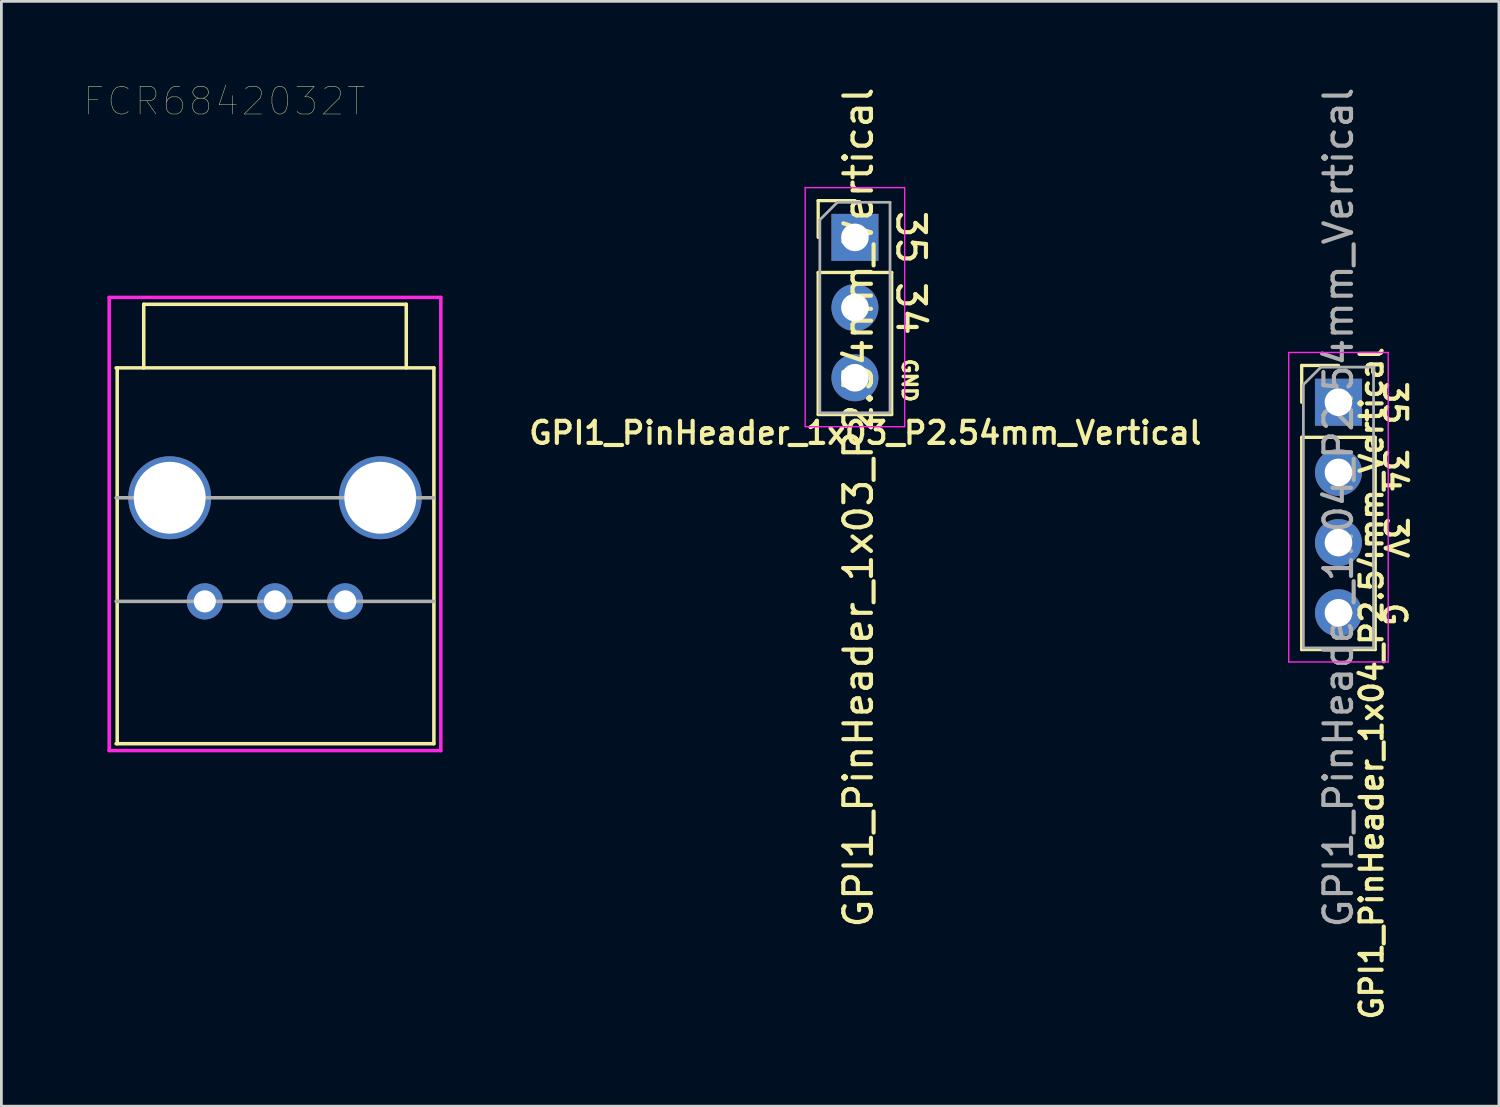
<source format=kicad_pcb>
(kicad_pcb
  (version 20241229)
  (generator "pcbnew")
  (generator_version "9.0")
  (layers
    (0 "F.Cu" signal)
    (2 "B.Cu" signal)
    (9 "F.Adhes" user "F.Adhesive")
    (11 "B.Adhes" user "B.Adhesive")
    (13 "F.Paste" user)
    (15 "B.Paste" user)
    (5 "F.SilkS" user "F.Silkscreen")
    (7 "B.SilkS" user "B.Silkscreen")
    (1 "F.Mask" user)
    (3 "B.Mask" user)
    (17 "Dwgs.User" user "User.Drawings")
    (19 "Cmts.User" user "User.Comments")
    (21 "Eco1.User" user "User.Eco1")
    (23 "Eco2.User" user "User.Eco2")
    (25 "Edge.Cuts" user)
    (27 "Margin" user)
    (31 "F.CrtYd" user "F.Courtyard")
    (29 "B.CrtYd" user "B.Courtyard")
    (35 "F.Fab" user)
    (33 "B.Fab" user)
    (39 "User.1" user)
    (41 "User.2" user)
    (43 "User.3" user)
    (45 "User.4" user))
  (footprint "FCR6842032T"
    (layer "F.Cu")
    (at 6.901 10.262)
    (property "Reference" "FCR6842032T" (at -1.828 -9.65 0) (layer "F.SilkS") (effects (font (size 1.002 1.002) (thickness 0.015))))
    (attr through_hole)
    (fp_line (start -5.71 0) (end -5.71 13.6) (stroke (width 0.127) (type solid)) (layer "F.SilkS"))
    (fp_line (start -4.75 0.005) (end -4.75 -2.3) (stroke (width 0.127) (type solid)) (layer "F.SilkS"))
    (fp_line (start 4.75 -2.3) (end -4.75 -2.3) (stroke (width 0.127) (type solid)) (layer "F.SilkS"))
    (fp_line (start 4.75 0) (end 4.75 -2.3) (stroke (width 0.127) (type solid)) (layer "F.SilkS"))
    (fp_line (start 5.75 0) (end -5.75 0) (stroke (width 0.127) (type solid)) (layer "F.SilkS"))
    (fp_line (start 5.75 0) (end 5.75 13.6) (stroke (width 0.127) (type solid)) (layer "F.SilkS"))
    (fp_line (start 5.75 13.6) (end -5.75 13.6) (stroke (width 0.127) (type solid)) (layer "F.SilkS"))
    (fp_line (start -6 -2.55) (end 6 -2.55) (stroke (width 0.127) (type solid)) (layer "F.CrtYd"))
    (fp_line (start -6 13.85) (end -6 -2.55) (stroke (width 0.127) (type solid)) (layer "F.CrtYd"))
    (fp_line (start 6 -2.55) (end 6 13.85) (stroke (width 0.127) (type solid)) (layer "F.CrtYd"))
    (fp_line (start 6 13.85) (end -6 13.85) (stroke (width 0.127) (type solid)) (layer "F.CrtYd"))
    (fp_line (start 5.75 4.7) (end -5.75 4.7) (stroke (width 0.127) (type solid)) (layer "F.Fab"))
    (fp_line (start 5.75 8.45) (end -5.75 8.45) (stroke (width 0.127) (type solid)) (layer "F.Fab"))
    (pad "1" thru_hole circle (at 2.54 8.45) (size 1.308 1.308) (drill 0.8) (layers "*.Cu" "*.Mask"))
    (pad "2" thru_hole circle (at 0 8.45) (size 1.308 1.308) (drill 0.8) (layers "*.Cu" "*.Mask"))
    (pad "3" thru_hole circle (at -2.54 8.45) (size 1.308 1.308) (drill 0.8) (layers "*.Cu" "*.Mask"))
    (pad "NC1" thru_hole circle (at 3.81 4.7) (size 3 3) (drill 2.6) (layers "*.Cu" "*.Mask"))
    (pad "NC2" thru_hole circle (at -3.81 4.7) (size 3 3) (drill 2.6) (layers "*.Cu" "*.Mask")))
  (footprint "GPI1_PinHeader_1x03_P2.54mm_Vertical"
    (layer "F.Cu")
    (at 27.887 5.54)
    (property "Reference" "GPI1_PinHeader_1x03_P2.54mm_Vertical" (at 0.125 9.775 270) (layer "F.SilkS") (effects (font (size 1 1) (thickness 0.15))))
    (attr through_hole exclude_from_bom)
    (fp_line (start -1.33 -1.33) (end 0 -1.33) (stroke (width 0.12) (type solid)) (layer "F.SilkS"))
    (fp_line (start -1.33 0) (end -1.33 -1.33) (stroke (width 0.12) (type solid)) (layer "F.SilkS"))
    (fp_line (start -1.33 1.27) (end -1.33 6.41) (stroke (width 0.12) (type solid)) (layer "F.SilkS"))
    (fp_line (start -1.33 1.27) (end 1.33 1.27) (stroke (width 0.12) (type solid)) (layer "F.SilkS"))
    (fp_line (start -1.33 6.41) (end 1.33 6.41) (stroke (width 0.12) (type solid)) (layer "F.SilkS"))
    (fp_line (start 1.33 1.27) (end 1.33 6.41) (stroke (width 0.12) (type solid)) (layer "F.SilkS"))
    (fp_line (start -1.8 -1.8) (end -1.8 6.85) (stroke (width 0.05) (type solid)) (layer "F.CrtYd"))
    (fp_line (start -1.8 6.85) (end 1.8 6.85) (stroke (width 0.05) (type solid)) (layer "F.CrtYd"))
    (fp_line (start 1.8 -1.8) (end -1.8 -1.8) (stroke (width 0.05) (type solid)) (layer "F.CrtYd"))
    (fp_line (start 1.8 6.85) (end 1.8 -1.8) (stroke (width 0.05) (type solid)) (layer "F.CrtYd"))
    (fp_line (start -1.27 -0.635) (end -0.635 -1.27) (stroke (width 0.1) (type solid)) (layer "F.Fab"))
    (fp_line (start -1.27 6.35) (end -1.27 -0.635) (stroke (width 0.1) (type solid)) (layer "F.Fab"))
    (fp_line (start -0.635 -1.27) (end 1.27 -1.27) (stroke (width 0.1) (type solid)) (layer "F.Fab"))
    (fp_line (start 1.27 -1.27) (end 1.27 6.35) (stroke (width 0.1) (type solid)) (layer "F.Fab"))
    (fp_line (start 1.27 6.35) (end -1.27 6.35) (stroke (width 0.1) (type solid)) (layer "F.Fab"))
    (fp_text user "${REFERENCE}" (at 0.375 7.075 0) (layer "F.SilkS") (effects (font (size 0.8 0.8) (thickness 0.15))))
    (fp_text user "GND" (at 1.975 5.175 270) (unlocked yes) (layer "F.SilkS") (effects (font (size 0.5 0.5) (thickness 0.125))))
    (fp_text user "34" (at 2.025 2.575 270) (unlocked yes) (layer "F.SilkS") (effects (font (size 1 1) (thickness 0.15))))
    (fp_text user "35" (at 2.025 0 270) (unlocked yes) (layer "F.SilkS") (effects (font (size 1 1) (thickness 0.15))))
    (pad "1" thru_hole rect (at 0 0) (size 1.7 1.7) (drill 1) (layers "*.Cu" "*.Mask"))
    (pad "2" thru_hole oval (at 0 2.54) (size 1.7 1.7) (drill 1) (layers "*.Cu" "*.Mask"))
    (pad "3" thru_hole oval (at 0 5.08) (size 1.7 1.7) (drill 1) (layers "*.Cu" "*.Mask")))
  (footprint "GPI1_PinHeader_1x04_P2.54mm_Vertical"
    (layer "F.Cu")
    (at 45.384 11.505)
    (property "Reference" "GPI1_PinHeader_1x04_P2.54mm_Vertical" (at 1.2 10.175 90) (layer "F.SilkS") (effects (font (size 0.8 0.8) (thickness 0.15))))
    (attr through_hole)
    (fp_line (start -1.33 -1.33) (end 0 -1.33) (stroke (width 0.12) (type solid)) (layer "F.SilkS"))
    (fp_line (start -1.33 0) (end -1.33 -1.33) (stroke (width 0.12) (type solid)) (layer "F.SilkS"))
    (fp_line (start -1.33 1.27) (end -1.33 8.95) (stroke (width 0.12) (type solid)) (layer "F.SilkS"))
    (fp_line (start -1.33 1.27) (end 1.33 1.27) (stroke (width 0.12) (type solid)) (layer "F.SilkS"))
    (fp_line (start -1.33 8.95) (end 1.33 8.95) (stroke (width 0.12) (type solid)) (layer "F.SilkS"))
    (fp_line (start 1.33 1.27) (end 1.33 8.95) (stroke (width 0.12) (type solid)) (layer "F.SilkS"))
    (fp_line (start -1.8 -1.8) (end -1.8 9.4) (stroke (width 0.05) (type solid)) (layer "F.CrtYd"))
    (fp_line (start -1.8 9.4) (end 1.8 9.4) (stroke (width 0.05) (type solid)) (layer "F.CrtYd"))
    (fp_line (start 1.8 -1.8) (end -1.8 -1.8) (stroke (width 0.05) (type solid)) (layer "F.CrtYd"))
    (fp_line (start 1.8 9.4) (end 1.8 -1.8) (stroke (width 0.05) (type solid)) (layer "F.CrtYd"))
    (fp_line (start -1.27 -0.635) (end -0.635 -1.27) (stroke (width 0.1) (type solid)) (layer "F.Fab"))
    (fp_line (start -1.27 8.89) (end -1.27 -0.635) (stroke (width 0.1) (type solid)) (layer "F.Fab"))
    (fp_line (start -0.635 -1.27) (end 1.27 -1.27) (stroke (width 0.1) (type solid)) (layer "F.Fab"))
    (fp_line (start 1.27 -1.27) (end 1.27 8.89) (stroke (width 0.1) (type solid)) (layer "F.Fab"))
    (fp_line (start 1.27 8.89) (end -1.27 8.89) (stroke (width 0.1) (type solid)) (layer "F.Fab"))
    (fp_text user "G" (at 2.025 7.675 270) (unlocked yes) (layer "F.SilkS") (effects (font (size 0.8 0.8) (thickness 0.15))))
    (fp_text user "34" (at 2.05 2.475 270) (unlocked yes) (layer "F.SilkS") (effects (font (size 0.8 0.8) (thickness 0.15))))
    (fp_text user "3V" (at 2.075 4.9 270) (unlocked yes) (layer "F.SilkS") (effects (font (size 0.8 0.8) (thickness 0.15))))
    (fp_text user "35" (at 2.05 0.025 270) (unlocked yes) (layer "F.SilkS") (effects (font (size 0.8 0.8) (thickness 0.15))))
    (fp_text user "${REFERENCE}" (at 0 3.81 90) (layer "F.Fab") (effects (font (size 1 1) (thickness 0.15))))
    (pad "1" thru_hole rect (at 0 0) (size 1.7 1.7) (drill 1) (layers "*.Cu" "*.Mask"))
    (pad "2" thru_hole oval (at 0 2.54) (size 1.7 1.7) (drill 1) (layers "*.Cu" "*.Mask"))
    (pad "3" thru_hole oval (at 0 5.08) (size 1.7 1.7) (drill 1) (layers "*.Cu" "*.Mask"))
    (pad "4" thru_hole oval (at 0 7.62) (size 1.7 1.7) (drill 1) (layers "*.Cu" "*.Mask")))
  (gr_rect
    (start -3 -3)
    (end 51.191 36.978)
    (stroke (width 0.1) (type default))
    (fill no)
    (layer "Edge.Cuts")))
</source>
